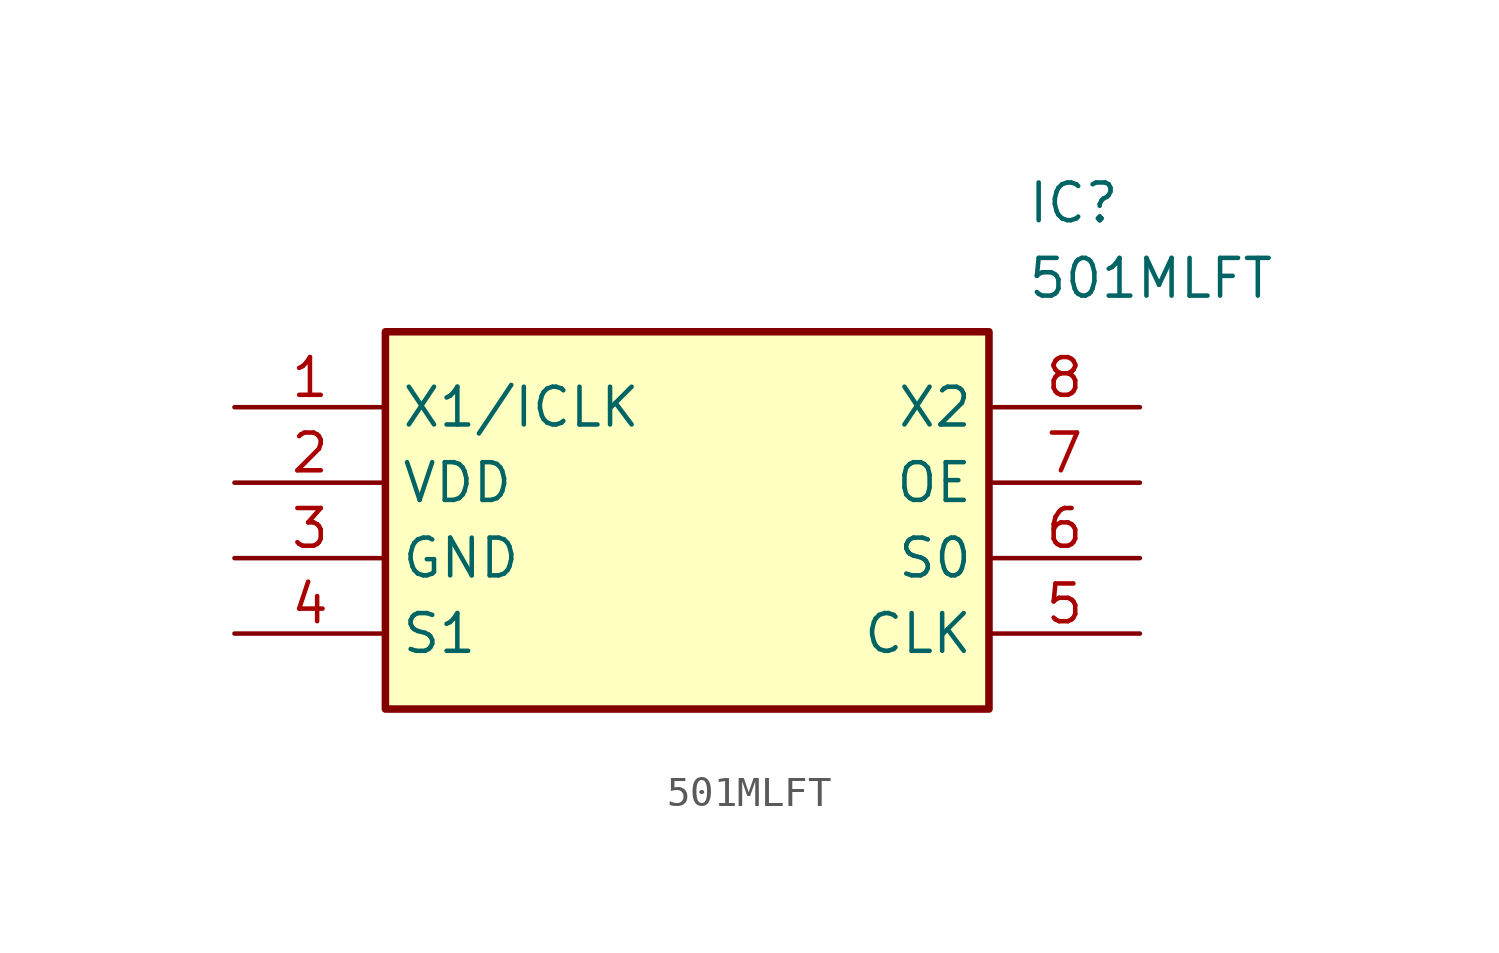
<source format=kicad_sym>
(kicad_symbol_lib
  (version 20220914)
  (generator kicad_symbol_editor)
  (symbol "501MLFT"
    (property "Reference" "IC"
      (at 26.67 7.62 0)
      (effects (font (size 1.27 1.27)) (justify left top)))
    (property "Value" "501MLFT"
      (at 26.67 5.08 0)
      (effects (font (size 1.27 1.27)) (justify left top)))
    (symbol "501MLFT_1_1"
      (rectangle (start 5.08 2.54) (end 25.4 -10.16) (stroke (width 0.254) (type default)) (fill (type background)))
      (pin passive line (at 0 0 0) (length 5.08) (name "X1/ICLK" (effects (font (size 1.27 1.27)))) (number "1" (effects (font (size 1.27 1.27)))))
      (pin passive line (at 0 -2.54 0) (length 5.08) (name "VDD" (effects (font (size 1.27 1.27)))) (number "2" (effects (font (size 1.27 1.27)))))
      (pin passive line (at 0 -5.08 0) (length 5.08) (name "GND" (effects (font (size 1.27 1.27)))) (number "3" (effects (font (size 1.27 1.27)))))
      (pin passive line (at 0 -7.62 0) (length 5.08) (name "S1" (effects (font (size 1.27 1.27)))) (number "4" (effects (font (size 1.27 1.27)))))
      (pin passive line (at 30.48 -7.62 180) (length 5.08) (name "CLK" (effects (font (size 1.27 1.27)))) (number "5" (effects (font (size 1.27 1.27)))))
      (pin passive line (at 30.48 -5.08 180) (length 5.08) (name "S0" (effects (font (size 1.27 1.27)))) (number "6" (effects (font (size 1.27 1.27)))))
      (pin passive line (at 30.48 -2.54 180) (length 5.08) (name "OE" (effects (font (size 1.27 1.27)))) (number "7" (effects (font (size 1.27 1.27)))))
      (pin passive line (at 30.48 0 180) (length 5.08) (name "X2" (effects (font (size 1.27 1.27)))) (number "8" (effects (font (size 1.27 1.27))))))))
</source>
